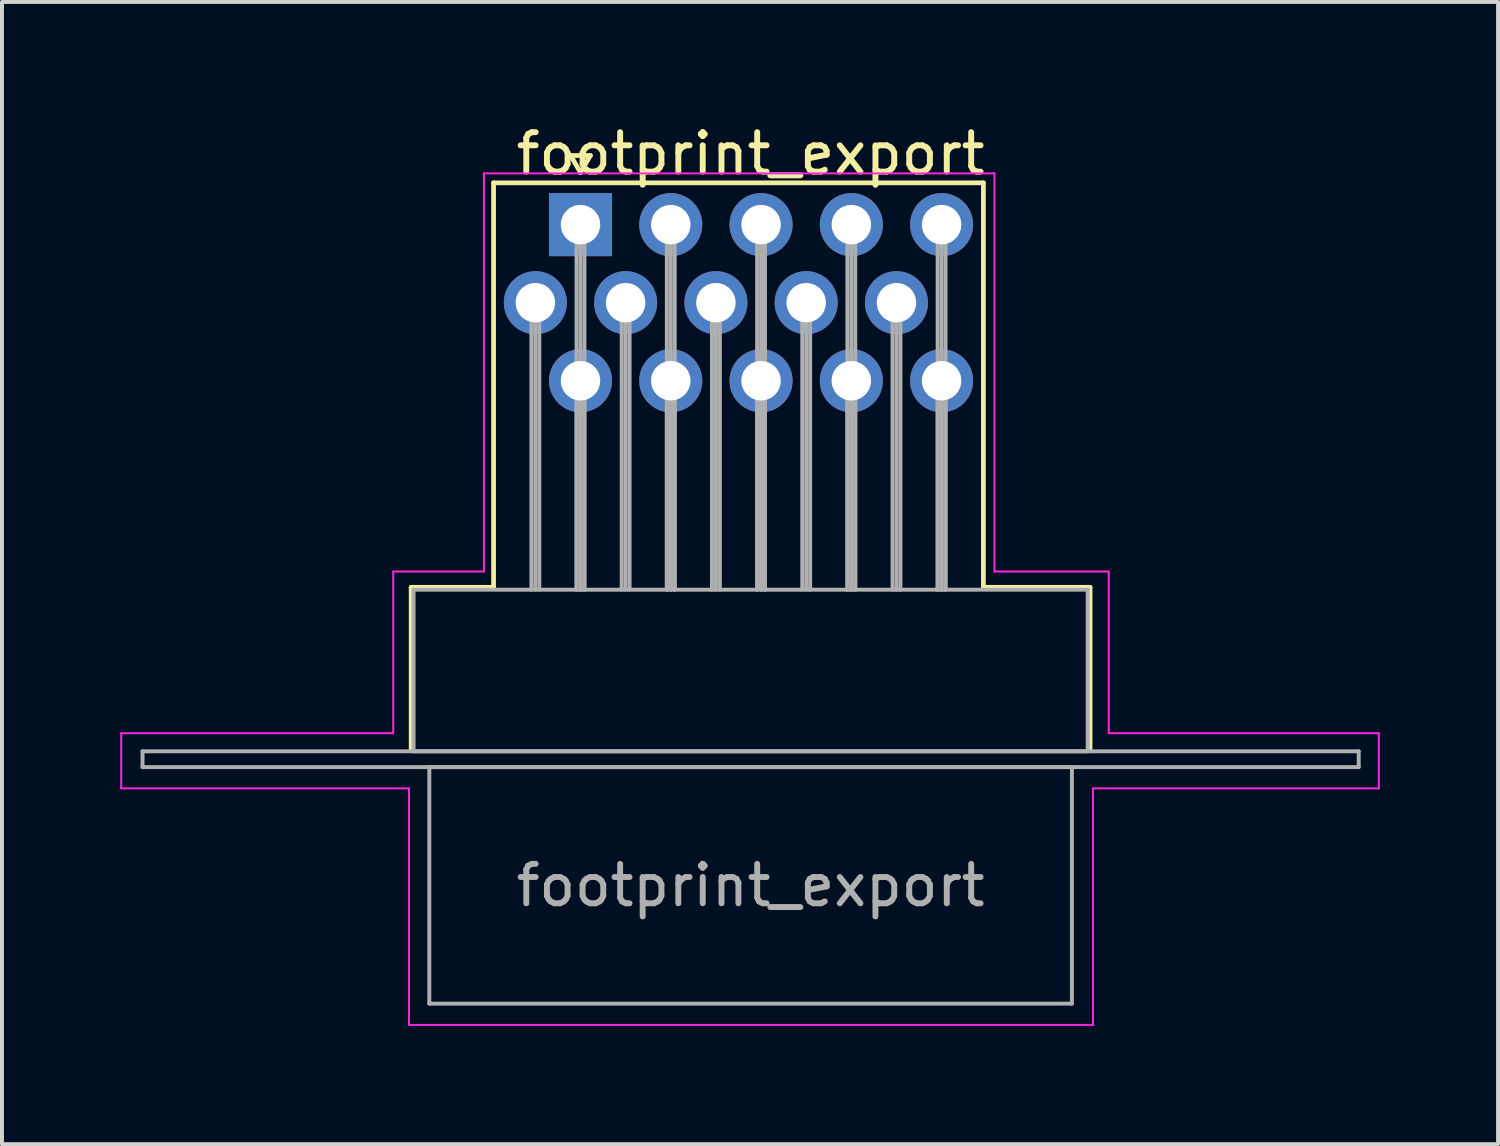
<source format=kicad_pcb>
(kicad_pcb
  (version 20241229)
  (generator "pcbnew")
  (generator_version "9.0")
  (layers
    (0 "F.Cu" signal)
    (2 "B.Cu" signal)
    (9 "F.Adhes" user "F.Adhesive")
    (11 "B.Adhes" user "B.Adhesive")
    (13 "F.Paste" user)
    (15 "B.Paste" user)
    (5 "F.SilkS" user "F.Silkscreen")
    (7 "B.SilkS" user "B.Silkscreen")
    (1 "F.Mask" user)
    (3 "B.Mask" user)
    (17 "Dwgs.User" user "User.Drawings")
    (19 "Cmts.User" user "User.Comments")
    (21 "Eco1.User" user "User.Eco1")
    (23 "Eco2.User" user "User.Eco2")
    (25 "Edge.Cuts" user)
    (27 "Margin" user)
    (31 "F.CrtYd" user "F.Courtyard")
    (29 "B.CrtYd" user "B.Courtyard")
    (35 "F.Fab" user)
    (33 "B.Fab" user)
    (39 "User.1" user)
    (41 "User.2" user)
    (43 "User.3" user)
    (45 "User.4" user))
  (footprint "footprint_export"
    (layer "F.Cu")
    (at 11.675 2.648)
    (property "Reference" "footprint_export" (at 4.315 -1.8 0) (layer "F.SilkS") (effects (font (size 1 1) (thickness 0.15))))
    (attr through_hole)
    (fp_line (start -4.295 9.2) (end -2.205 9.2) (stroke (width 0.12) (type solid)) (layer "F.SilkS"))
    (fp_line (start -4.295 13.3) (end -4.295 9.2) (stroke (width 0.12) (type solid)) (layer "F.SilkS"))
    (fp_line (start -2.205 -1.06) (end 10.22 -1.06) (stroke (width 0.12) (type solid)) (layer "F.SilkS"))
    (fp_line (start -2.205 9.2) (end -2.205 -1.06) (stroke (width 0.12) (type solid)) (layer "F.SilkS"))
    (fp_line (start -0.25 -1.754) (end 0.25 -1.754) (stroke (width 0.12) (type solid)) (layer "F.SilkS"))
    (fp_line (start 0 -1.321) (end -0.25 -1.754) (stroke (width 0.12) (type solid)) (layer "F.SilkS"))
    (fp_line (start 0.25 -1.754) (end 0 -1.321) (stroke (width 0.12) (type solid)) (layer "F.SilkS"))
    (fp_line (start 10.22 -1.06) (end 10.22 9.2) (stroke (width 0.12) (type solid)) (layer "F.SilkS"))
    (fp_line (start 10.22 9.2) (end 12.925 9.2) (stroke (width 0.12) (type solid)) (layer "F.SilkS"))
    (fp_line (start 12.925 9.2) (end 12.925 13.3) (stroke (width 0.12) (type solid)) (layer "F.SilkS"))
    (fp_line (start -11.65 12.9) (end -4.75 12.9) (stroke (width 0.05) (type solid)) (layer "F.CrtYd"))
    (fp_line (start -11.65 14.3) (end -11.65 12.9) (stroke (width 0.05) (type solid)) (layer "F.CrtYd"))
    (fp_line (start -4.75 8.8) (end -2.45 8.8) (stroke (width 0.05) (type solid)) (layer "F.CrtYd"))
    (fp_line (start -4.75 12.9) (end -4.75 8.8) (stroke (width 0.05) (type solid)) (layer "F.CrtYd"))
    (fp_line (start -4.35 14.3) (end -11.65 14.3) (stroke (width 0.05) (type solid)) (layer "F.CrtYd"))
    (fp_line (start -4.35 20.3) (end -4.35 14.3) (stroke (width 0.05) (type solid)) (layer "F.CrtYd"))
    (fp_line (start -2.45 -1.3) (end 10.5 -1.3) (stroke (width 0.05) (type solid)) (layer "F.CrtYd"))
    (fp_line (start -2.45 8.8) (end -2.45 -1.3) (stroke (width 0.05) (type solid)) (layer "F.CrtYd"))
    (fp_line (start 10.5 -1.3) (end 10.5 8.8) (stroke (width 0.05) (type solid)) (layer "F.CrtYd"))
    (fp_line (start 10.5 8.8) (end 13.4 8.8) (stroke (width 0.05) (type solid)) (layer "F.CrtYd"))
    (fp_line (start 13 14.3) (end 13 20.3) (stroke (width 0.05) (type solid)) (layer "F.CrtYd"))
    (fp_line (start 13 20.3) (end -4.35 20.3) (stroke (width 0.05) (type solid)) (layer "F.CrtYd"))
    (fp_line (start 13.4 8.8) (end 13.4 12.9) (stroke (width 0.05) (type solid)) (layer "F.CrtYd"))
    (fp_line (start 13.4 12.9) (end 20.25 12.9) (stroke (width 0.05) (type solid)) (layer "F.CrtYd"))
    (fp_line (start 20.25 12.9) (end 20.25 14.3) (stroke (width 0.05) (type solid)) (layer "F.CrtYd"))
    (fp_line (start 20.25 14.3) (end 13 14.3) (stroke (width 0.05) (type solid)) (layer "F.CrtYd"))
    (fp_line (start -11.11 13.36) (end -11.11 13.76) (stroke (width 0.1) (type solid)) (layer "F.Fab"))
    (fp_line (start -11.11 13.76) (end 19.74 13.76) (stroke (width 0.1) (type solid)) (layer "F.Fab"))
    (fp_line (start -4.235 9.26) (end -4.235 13.36) (stroke (width 0.1) (type solid)) (layer "F.Fab"))
    (fp_line (start -4.235 13.36) (end 12.865 13.36) (stroke (width 0.1) (type solid)) (layer "F.Fab"))
    (fp_line (start -3.835 13.76) (end -3.835 19.76) (stroke (width 0.1) (type solid)) (layer "F.Fab"))
    (fp_line (start -3.835 19.76) (end 12.465 19.76) (stroke (width 0.1) (type solid)) (layer "F.Fab"))
    (fp_line (start -1.245 1.98) (end -1.245 9.26) (stroke (width 0.1) (type solid)) (layer "F.Fab"))
    (fp_line (start -1.145 1.98) (end -1.145 9.26) (stroke (width 0.1) (type solid)) (layer "F.Fab"))
    (fp_line (start -1.045 1.98) (end -1.045 9.26) (stroke (width 0.1) (type solid)) (layer "F.Fab"))
    (fp_line (start -0.1 0) (end -0.1 9.26) (stroke (width 0.1) (type solid)) (layer "F.Fab"))
    (fp_line (start -0.1 3.96) (end -0.1 9.26) (stroke (width 0.1) (type solid)) (layer "F.Fab"))
    (fp_line (start 0 0) (end 0 9.26) (stroke (width 0.1) (type solid)) (layer "F.Fab"))
    (fp_line (start 0 3.96) (end 0 9.26) (stroke (width 0.1) (type solid)) (layer "F.Fab"))
    (fp_line (start 0.1 0) (end 0.1 9.26) (stroke (width 0.1) (type solid)) (layer "F.Fab"))
    (fp_line (start 0.1 3.96) (end 0.1 9.26) (stroke (width 0.1) (type solid)) (layer "F.Fab"))
    (fp_line (start 1.045 1.98) (end 1.045 9.26) (stroke (width 0.1) (type solid)) (layer "F.Fab"))
    (fp_line (start 1.145 1.98) (end 1.145 9.26) (stroke (width 0.1) (type solid)) (layer "F.Fab"))
    (fp_line (start 1.245 1.98) (end 1.245 9.26) (stroke (width 0.1) (type solid)) (layer "F.Fab"))
    (fp_line (start 2.19 0) (end 2.19 9.26) (stroke (width 0.1) (type solid)) (layer "F.Fab"))
    (fp_line (start 2.19 3.96) (end 2.19 9.26) (stroke (width 0.1) (type solid)) (layer "F.Fab"))
    (fp_line (start 2.29 0) (end 2.29 9.26) (stroke (width 0.1) (type solid)) (layer "F.Fab"))
    (fp_line (start 2.29 3.96) (end 2.29 9.26) (stroke (width 0.1) (type solid)) (layer "F.Fab"))
    (fp_line (start 2.39 0) (end 2.39 9.26) (stroke (width 0.1) (type solid)) (layer "F.Fab"))
    (fp_line (start 2.39 3.96) (end 2.39 9.26) (stroke (width 0.1) (type solid)) (layer "F.Fab"))
    (fp_line (start 3.335 1.98) (end 3.335 9.26) (stroke (width 0.1) (type solid)) (layer "F.Fab"))
    (fp_line (start 3.435 1.98) (end 3.435 9.26) (stroke (width 0.1) (type solid)) (layer "F.Fab"))
    (fp_line (start 3.535 1.98) (end 3.535 9.26) (stroke (width 0.1) (type solid)) (layer "F.Fab"))
    (fp_line (start 4.48 0) (end 4.48 9.26) (stroke (width 0.1) (type solid)) (layer "F.Fab"))
    (fp_line (start 4.48 3.96) (end 4.48 9.26) (stroke (width 0.1) (type solid)) (layer "F.Fab"))
    (fp_line (start 4.58 0) (end 4.58 9.26) (stroke (width 0.1) (type solid)) (layer "F.Fab"))
    (fp_line (start 4.58 3.96) (end 4.58 9.26) (stroke (width 0.1) (type solid)) (layer "F.Fab"))
    (fp_line (start 4.68 0) (end 4.68 9.26) (stroke (width 0.1) (type solid)) (layer "F.Fab"))
    (fp_line (start 4.68 3.96) (end 4.68 9.26) (stroke (width 0.1) (type solid)) (layer "F.Fab"))
    (fp_line (start 5.625 1.98) (end 5.625 9.26) (stroke (width 0.1) (type solid)) (layer "F.Fab"))
    (fp_line (start 5.725 1.98) (end 5.725 9.26) (stroke (width 0.1) (type solid)) (layer "F.Fab"))
    (fp_line (start 5.825 1.98) (end 5.825 9.26) (stroke (width 0.1) (type solid)) (layer "F.Fab"))
    (fp_line (start 6.77 0) (end 6.77 9.26) (stroke (width 0.1) (type solid)) (layer "F.Fab"))
    (fp_line (start 6.77 3.96) (end 6.77 9.26) (stroke (width 0.1) (type solid)) (layer "F.Fab"))
    (fp_line (start 6.87 0) (end 6.87 9.26) (stroke (width 0.1) (type solid)) (layer "F.Fab"))
    (fp_line (start 6.87 3.96) (end 6.87 9.26) (stroke (width 0.1) (type solid)) (layer "F.Fab"))
    (fp_line (start 6.97 0) (end 6.97 9.26) (stroke (width 0.1) (type solid)) (layer "F.Fab"))
    (fp_line (start 6.97 3.96) (end 6.97 9.26) (stroke (width 0.1) (type solid)) (layer "F.Fab"))
    (fp_line (start 7.915 1.98) (end 7.915 9.26) (stroke (width 0.1) (type solid)) (layer "F.Fab"))
    (fp_line (start 8.015 1.98) (end 8.015 9.26) (stroke (width 0.1) (type solid)) (layer "F.Fab"))
    (fp_line (start 8.115 1.98) (end 8.115 9.26) (stroke (width 0.1) (type solid)) (layer "F.Fab"))
    (fp_line (start 9.06 0) (end 9.06 9.26) (stroke (width 0.1) (type solid)) (layer "F.Fab"))
    (fp_line (start 9.06 3.96) (end 9.06 9.26) (stroke (width 0.1) (type solid)) (layer "F.Fab"))
    (fp_line (start 9.16 0) (end 9.16 9.26) (stroke (width 0.1) (type solid)) (layer "F.Fab"))
    (fp_line (start 9.16 3.96) (end 9.16 9.26) (stroke (width 0.1) (type solid)) (layer "F.Fab"))
    (fp_line (start 9.26 0) (end 9.26 9.26) (stroke (width 0.1) (type solid)) (layer "F.Fab"))
    (fp_line (start 9.26 3.96) (end 9.26 9.26) (stroke (width 0.1) (type solid)) (layer "F.Fab"))
    (fp_line (start 12.465 13.76) (end -3.835 13.76) (stroke (width 0.1) (type solid)) (layer "F.Fab"))
    (fp_line (start 12.465 19.76) (end 12.465 13.76) (stroke (width 0.1) (type solid)) (layer "F.Fab"))
    (fp_line (start 12.865 9.26) (end -4.235 9.26) (stroke (width 0.1) (type solid)) (layer "F.Fab"))
    (fp_line (start 12.865 13.36) (end 12.865 9.26) (stroke (width 0.1) (type solid)) (layer "F.Fab"))
    (fp_line (start 19.74 13.36) (end -11.11 13.36) (stroke (width 0.1) (type solid)) (layer "F.Fab"))
    (fp_line (start 19.74 13.76) (end 19.74 13.36) (stroke (width 0.1) (type solid)) (layer "F.Fab"))
    (fp_text user "${REFERENCE}" (at 4.315 16.76 0) (layer "F.Fab") (effects (font (size 1 1) (thickness 0.15))))
    (pad "1" thru_hole rect (at 0 0) (size 1.6 1.6) (drill 1) (layers "*.Cu" "*.Mask"))
    (pad "2" thru_hole circle (at 2.29 0) (size 1.6 1.6) (drill 1) (layers "*.Cu" "*.Mask"))
    (pad "3" thru_hole circle (at 4.58 0) (size 1.6 1.6) (drill 1) (layers "*.Cu" "*.Mask"))
    (pad "4" thru_hole circle (at 6.87 0) (size 1.6 1.6) (drill 1) (layers "*.Cu" "*.Mask"))
    (pad "5" thru_hole circle (at 9.16 0) (size 1.6 1.6) (drill 1) (layers "*.Cu" "*.Mask"))
    (pad "6" thru_hole circle (at -1.145 1.98) (size 1.6 1.6) (drill 1) (layers "*.Cu" "*.Mask"))
    (pad "7" thru_hole circle (at 1.145 1.98) (size 1.6 1.6) (drill 1) (layers "*.Cu" "*.Mask"))
    (pad "8" thru_hole circle (at 3.435 1.98) (size 1.6 1.6) (drill 1) (layers "*.Cu" "*.Mask"))
    (pad "9" thru_hole circle (at 5.725 1.98) (size 1.6 1.6) (drill 1) (layers "*.Cu" "*.Mask"))
    (pad "10" thru_hole circle (at 8.015 1.98) (size 1.6 1.6) (drill 1) (layers "*.Cu" "*.Mask"))
    (pad "11" thru_hole circle (at 0 3.96) (size 1.6 1.6) (drill 1) (layers "*.Cu" "*.Mask"))
    (pad "12" thru_hole circle (at 2.29 3.96) (size 1.6 1.6) (drill 1) (layers "*.Cu" "*.Mask"))
    (pad "13" thru_hole circle (at 4.58 3.96) (size 1.6 1.6) (drill 1) (layers "*.Cu" "*.Mask"))
    (pad "14" thru_hole circle (at 6.87 3.96) (size 1.6 1.6) (drill 1) (layers "*.Cu" "*.Mask"))
    (pad "15" thru_hole circle (at 9.16 3.96) (size 1.6 1.6) (drill 1) (layers "*.Cu" "*.Mask")))
  (gr_rect
    (start -3 -3)
    (end 34.95 25.973)
    (stroke (width 0.1) (type default))
    (fill no)
    (layer "Edge.Cuts")))
</source>
